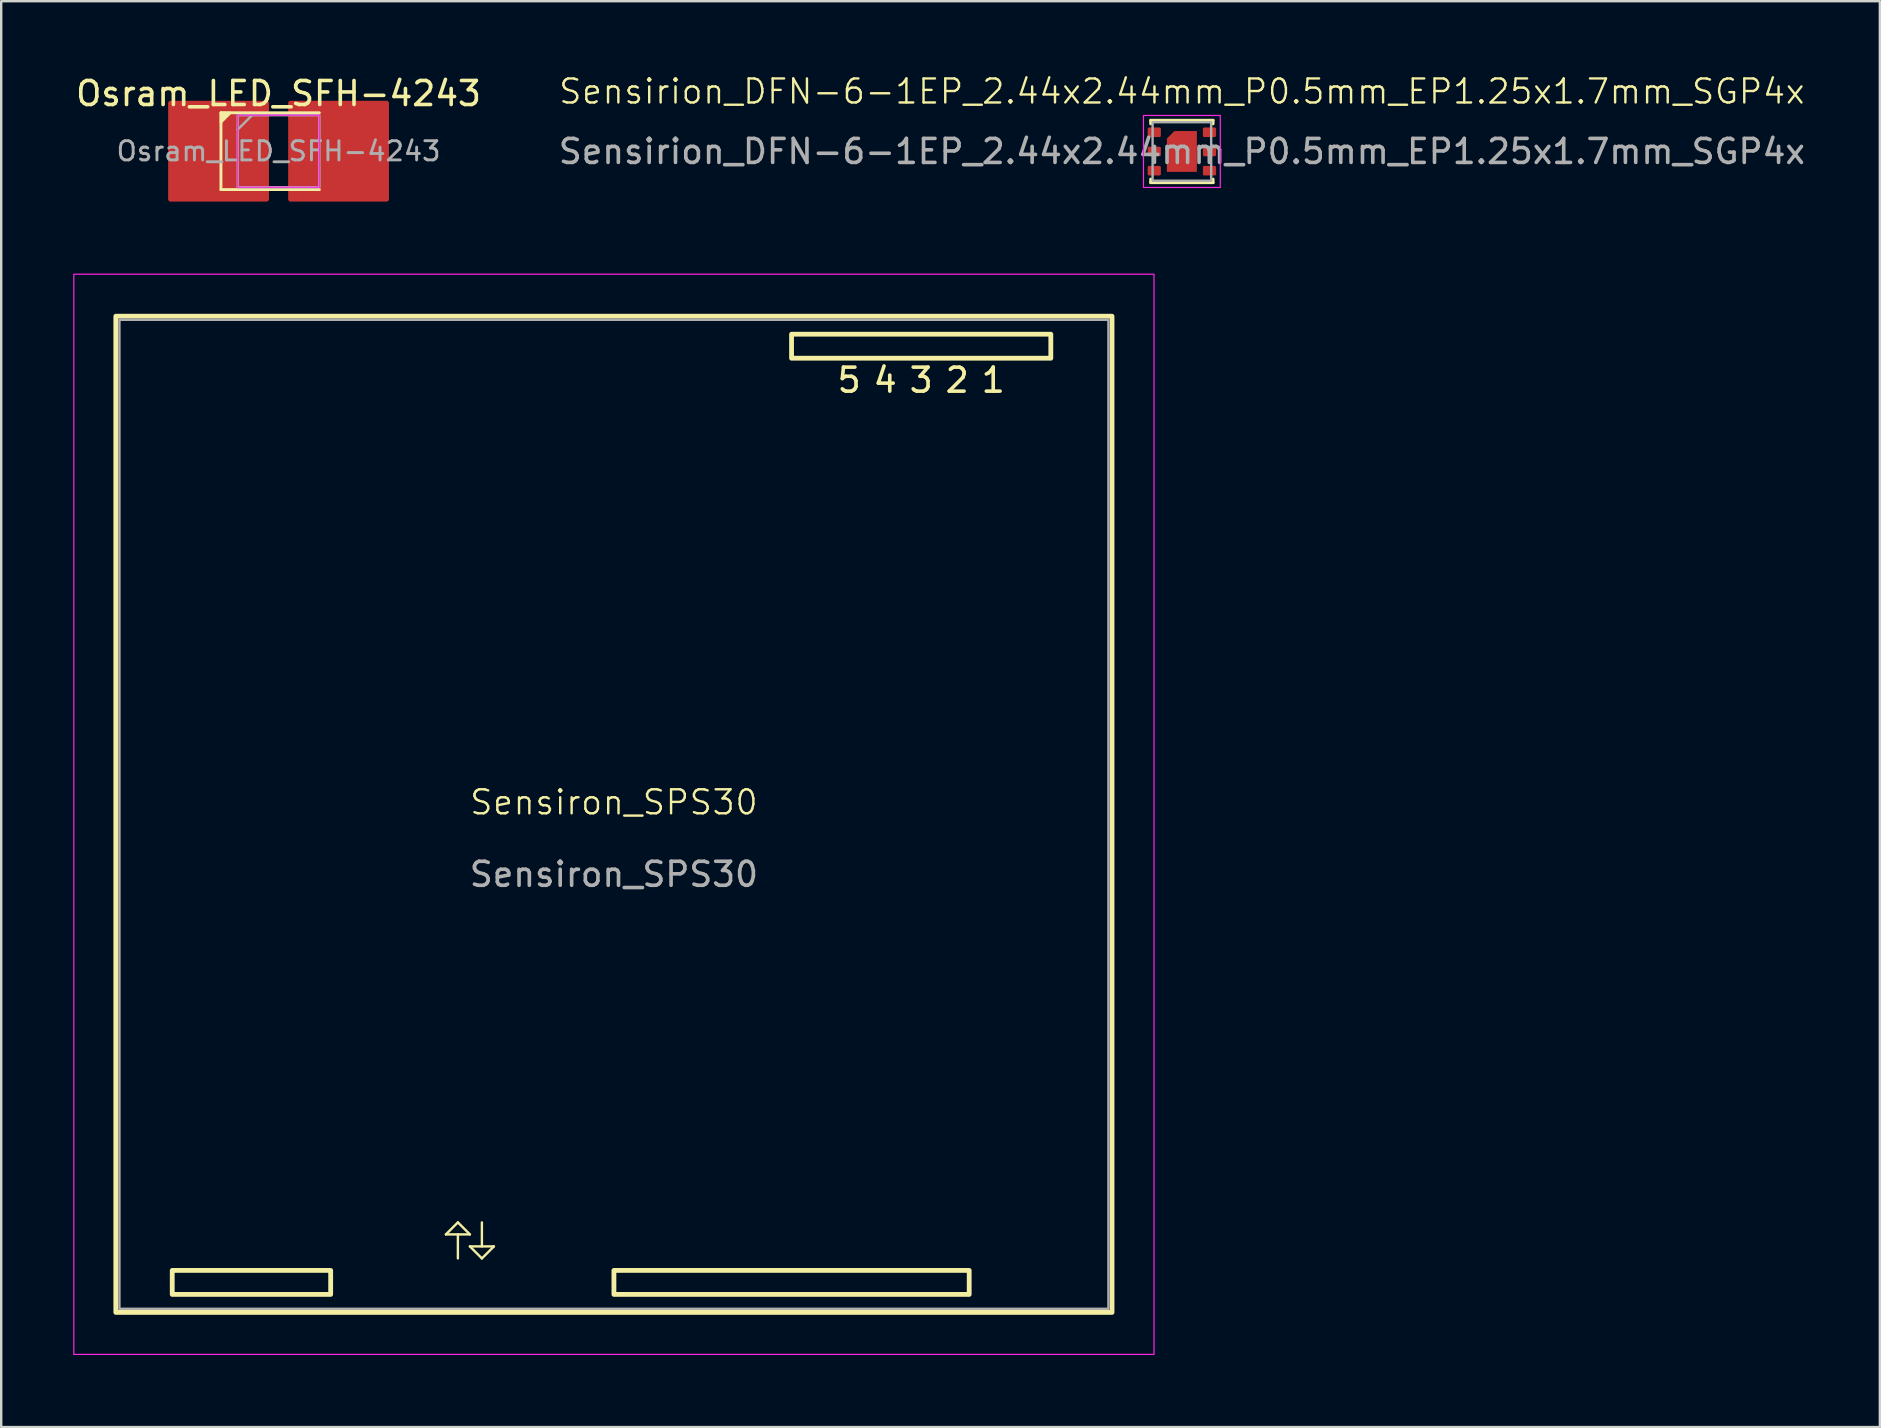
<source format=kicad_pcb>
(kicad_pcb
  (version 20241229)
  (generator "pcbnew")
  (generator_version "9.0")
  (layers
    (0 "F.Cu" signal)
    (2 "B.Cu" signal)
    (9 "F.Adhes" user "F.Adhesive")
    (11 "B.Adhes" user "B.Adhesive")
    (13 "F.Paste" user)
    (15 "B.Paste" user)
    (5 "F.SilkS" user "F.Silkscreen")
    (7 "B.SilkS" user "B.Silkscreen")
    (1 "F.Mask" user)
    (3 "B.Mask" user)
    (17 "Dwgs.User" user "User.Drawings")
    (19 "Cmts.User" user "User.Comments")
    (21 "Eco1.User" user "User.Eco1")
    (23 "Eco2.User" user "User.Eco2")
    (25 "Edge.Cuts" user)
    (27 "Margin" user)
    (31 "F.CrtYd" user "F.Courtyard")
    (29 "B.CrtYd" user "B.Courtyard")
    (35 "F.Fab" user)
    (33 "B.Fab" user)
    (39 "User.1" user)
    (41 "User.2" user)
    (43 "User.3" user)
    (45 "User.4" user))
  (footprint "Osram_LED_SFH-4243"
    (layer "F.Cu")
    (at 8.554 3.248)
    (property "Reference" "Osram_LED_SFH-4243" (at 0 -2.4 0) (layer "F.SilkS") (effects (font (size 1 1) (thickness 0.15))))
    (attr smd)
    (fp_rect (start -4.5 2) (end -0.5 -2) (stroke (width 0.2) (type solid)) (fill yes) (layer "F.Cu"))
    (fp_rect (start 0.5 2) (end 4.5 -2) (stroke (width 0.2) (type solid)) (fill yes) (layer "F.Cu"))
    (fp_line (start -2.4 -1.6) (end -2.4 1.6) (stroke (width 0.12) (type solid)) (layer "F.SilkS"))
    (fp_line (start -2.4 1.6) (end 1.7 1.6) (stroke (width 0.12) (type solid)) (layer "F.SilkS"))
    (fp_line (start 1.7 -1.6) (end -2.4 -1.6) (stroke (width 0.12) (type solid)) (layer "F.SilkS"))
    (fp_poly (pts (xy -2.4 -1.2) (xy -2 -1.6) (xy -2.4 -1.6)) (stroke (width 0.1) (type solid)) (fill yes) (layer "F.SilkS"))
    (fp_rect (start -1.7 1.5) (end 1.7 -1.5) (stroke (width 0.05) (type solid)) (fill no) (layer "F.CrtYd"))
    (fp_line (start -1.1 -1.5) (end -1.7 -0.9) (stroke (width 0.1) (type default)) (layer "F.Fab"))
    (fp_rect (start -1.7 1.5) (end 1.7 -1.5) (stroke (width 0.1) (type solid)) (fill no) (layer "F.Fab"))
    (fp_text user "${REFERENCE}" (at 0 0 0) (layer "F.Fab") (effects (font (size 0.8 0.8) (thickness 0.12))))
    (pad "1" smd roundrect (at -1.5 0) (size 1.4 2.5) (layers "F.Cu" "F.Mask" "F.Paste") (roundrect_rratio 0.2))
    (pad "2" smd roundrect (at 1.5 0) (size 1.6 2.4) (layers "F.Cu" "F.Mask" "F.Paste") (roundrect_rratio 0.2)))
  (footprint "Sensirion_DFN-6-1EP_2.44x2.44mm_P0.5mm_EP1.25x1.7mm_SGP4x"
    (layer "F.Cu")
    (at 46.185 3.26)
    (property "Reference" "Sensirion_DFN-6-1EP_2.44x2.44mm_P0.5mm_EP1.25x1.7mm_SGP4x" (at 0 -2.5 0) (unlocked yes) (layer "F.SilkS") (effects (font (size 1 1) (thickness 0.1))))
    (attr smd)
    (fp_line (start -1.3 -1.3) (end 1.3 -1.3) (stroke (width 0.12) (type default)) (layer "F.SilkS"))
    (fp_line (start -1.3 -1.15) (end -1.3 -1.3) (stroke (width 0.12) (type default)) (layer "F.SilkS"))
    (fp_line (start -1.3 1.15) (end -1.3 1.3) (stroke (width 0.12) (type default)) (layer "F.SilkS"))
    (fp_line (start -1.3 1.3) (end 1.3 1.3) (stroke (width 0.12) (type default)) (layer "F.SilkS"))
    (fp_line (start 1.3 -1.3) (end 1.3 -1.15) (stroke (width 0.12) (type default)) (layer "F.SilkS"))
    (fp_line (start 1.3 1.3) (end 1.3 1.15) (stroke (width 0.12) (type default)) (layer "F.SilkS"))
    (fp_poly (pts (xy -0.5 0.725) (xy 0.5 0.725) (xy 0.5 -0.725) (xy -0.25 -0.725) (xy -0.5 -0.475)) (stroke (width 0.05) (type solid)) (fill yes) (layer "F.Paste"))
    (fp_rect (start -1.6 1.5) (end 1.6 -1.5) (stroke (width 0.05) (type solid)) (fill no) (layer "F.CrtYd"))
    (fp_rect (start -1.22 1.22) (end 1.22 -1.22) (stroke (width 0.1) (type solid)) (fill no) (layer "F.Fab"))
    (fp_text user "${REFERENCE}" (at 0 0 0) (unlocked yes) (layer "F.Fab") (effects (font (size 1 1) (thickness 0.15))))
    (pad "1" smd roundrect (at -1.15 -0.8) (size 0.55 0.4) (layers "F.Cu" "F.Mask" "F.Paste") (roundrect_rratio 0.15))
    (pad "2" smd roundrect (at -1.15 0) (size 0.55 0.4) (layers "F.Cu" "F.Mask" "F.Paste") (roundrect_rratio 0.15))
    (pad "3" smd roundrect (at -1.15 0.8) (size 0.55 0.4) (layers "F.Cu" "F.Mask" "F.Paste") (roundrect_rratio 0.15))
    (pad "4" smd roundrect (at 1.15 0.8) (size 0.55 0.4) (layers "F.Cu" "F.Mask" "F.Paste") (roundrect_rratio 0.15))
    (pad "5" smd roundrect (at 1.15 0) (size 0.55 0.4) (layers "F.Cu" "F.Mask" "F.Paste") (roundrect_rratio 0.15))
    (pad "6" smd roundrect (at 1.15 -0.8) (size 0.55 0.4) (layers "F.Cu" "F.Mask" "F.Paste") (roundrect_rratio 0.15))
    (pad "7" smd roundrect (at 0 0) (size 1.25 1.7) (property pad_prop_heatsink) (layers "F.Cu" "F.Mask") (roundrect_rratio 0) (chamfer_ratio 0.25) (chamfer top_left)))
  (footprint "Sensiron_SPS30"
    (layer "F.Cu")
    (at 22.525 30.873)
    (property "Reference" "Sensiron_SPS30" (at 0 -0.5 0) (unlocked yes) (layer "F.SilkS") (effects (font (size 1 1) (thickness 0.1))))
    (attr smd)
    (fp_line (start -7 17.5) (end -6 17.5) (stroke (width 0.1) (type default)) (layer "F.SilkS"))
    (fp_line (start -6.5 17) (end -7 17.5) (stroke (width 0.1) (type default)) (layer "F.SilkS"))
    (fp_line (start -6.5 18.5) (end -6.5 17.5) (stroke (width 0.1) (type default)) (layer "F.SilkS"))
    (fp_line (start -6 17.5) (end -6.5 17) (stroke (width 0.1) (type default)) (layer "F.SilkS"))
    (fp_line (start -6 18) (end -5.5 18.5) (stroke (width 0.1) (type default)) (layer "F.SilkS"))
    (fp_line (start -5.5 17) (end -5.5 18) (stroke (width 0.1) (type default)) (layer "F.SilkS"))
    (fp_line (start -5.5 18.5) (end -5 18) (stroke (width 0.1) (type default)) (layer "F.SilkS"))
    (fp_line (start -5 18) (end -6 18) (stroke (width 0.1) (type default)) (layer "F.SilkS"))
    (fp_rect (start -20.75 20.75) (end 20.75 -20.75) (stroke (width 0.2) (type solid)) (fill no) (layer "F.SilkS"))
    (fp_rect (start -18.4 20) (end -11.8 19) (stroke (width 0.2) (type solid)) (fill no) (layer "F.SilkS"))
    (fp_rect (start 0 20) (end 14.8 19) (stroke (width 0.2) (type solid)) (fill no) (layer "F.SilkS"))
    (fp_rect (start 7.4 -19) (end 18.2 -20) (stroke (width 0.2) (type solid)) (fill no) (layer "F.SilkS"))
    (fp_rect (start -22.5 22.5) (end 22.5 -22.5) (stroke (width 0.05) (type solid)) (fill no) (layer "F.CrtYd"))
    (fp_rect (start -20.6 20.6) (end 20.6 -20.6) (stroke (width 0.1) (type solid)) (fill no) (layer "F.Fab"))
    (fp_text user "4" (at 11.3 -17.5 0) (unlocked yes) (layer "F.SilkS") (effects (font (size 1 1) (thickness 0.15)) (justify bottom)))
    (fp_text user "1" (at 15.8 -17.5 0) (unlocked yes) (layer "F.SilkS") (effects (font (size 1 1) (thickness 0.15)) (justify bottom)))
    (fp_text user "2" (at 14.3 -17.5 0) (unlocked yes) (layer "F.SilkS") (effects (font (size 1 1) (thickness 0.15)) (justify bottom)))
    (fp_text user "5" (at 9.8 -17.5 0) (unlocked yes) (layer "F.SilkS") (effects (font (size 1 1) (thickness 0.15)) (justify bottom)))
    (fp_text user "3" (at 12.8 -17.5 0) (unlocked yes) (layer "F.SilkS") (effects (font (size 1 1) (thickness 0.15)) (justify bottom)))
    (fp_text user "${REFERENCE}" (at 0 2.5 0) (unlocked yes) (layer "F.Fab") (effects (font (size 1 1) (thickness 0.15)))))
  (gr_rect
    (start -3 -3)
    (end 75.262 56.398)
    (stroke (width 0.1) (type default))
    (fill no)
    (layer "Edge.Cuts")))
</source>
